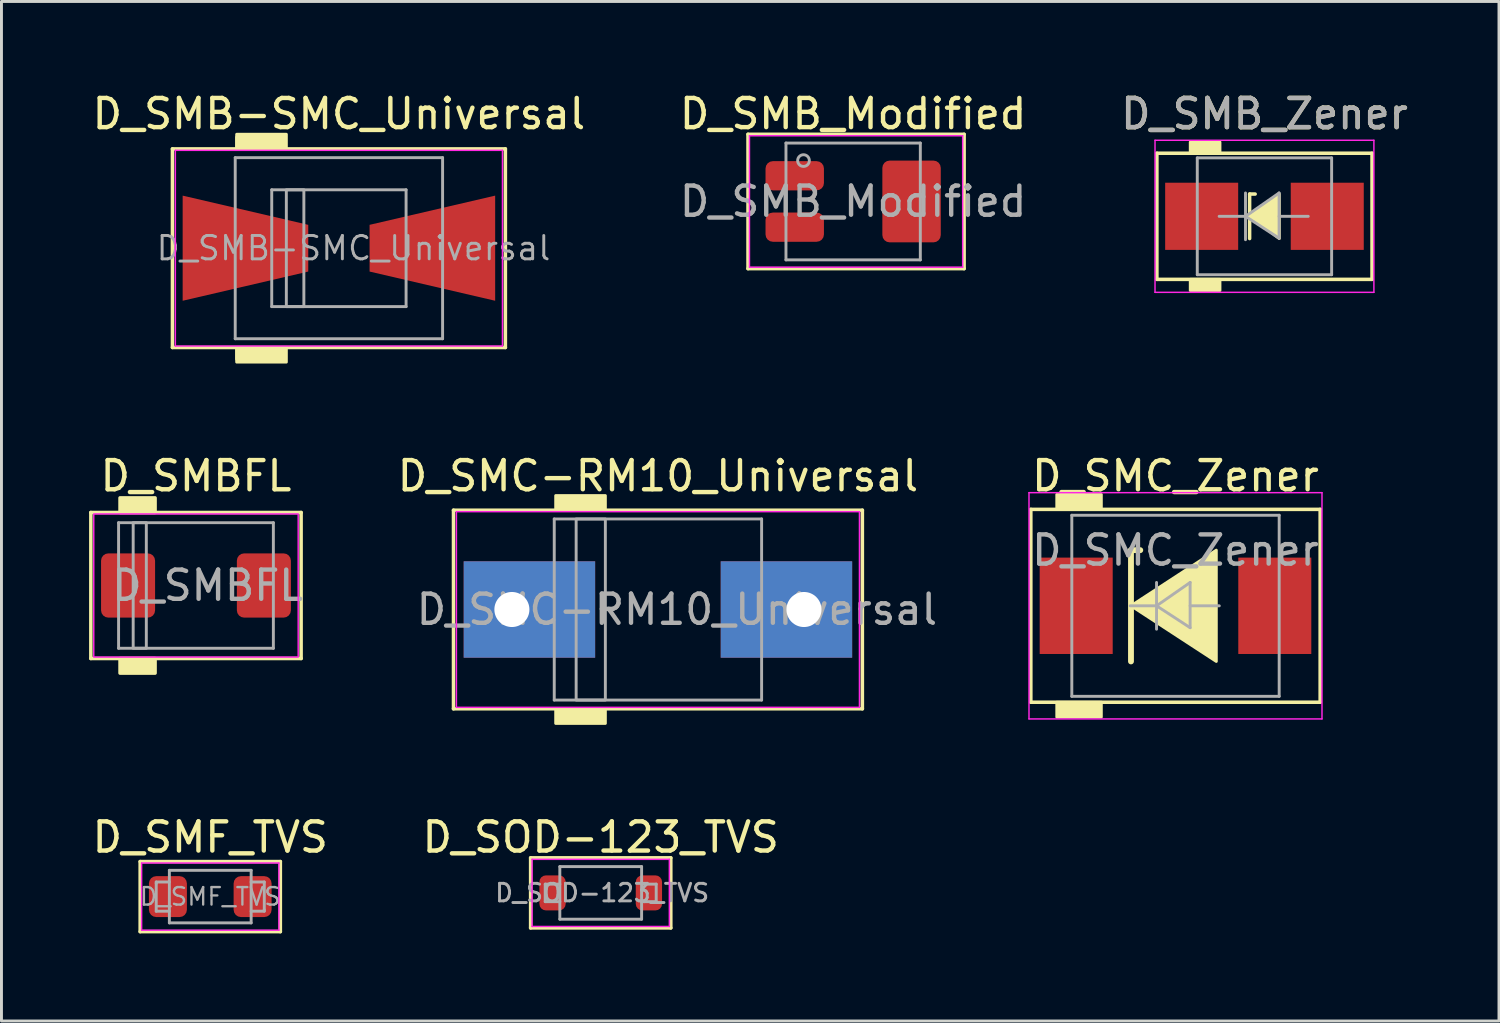
<source format=kicad_pcb>
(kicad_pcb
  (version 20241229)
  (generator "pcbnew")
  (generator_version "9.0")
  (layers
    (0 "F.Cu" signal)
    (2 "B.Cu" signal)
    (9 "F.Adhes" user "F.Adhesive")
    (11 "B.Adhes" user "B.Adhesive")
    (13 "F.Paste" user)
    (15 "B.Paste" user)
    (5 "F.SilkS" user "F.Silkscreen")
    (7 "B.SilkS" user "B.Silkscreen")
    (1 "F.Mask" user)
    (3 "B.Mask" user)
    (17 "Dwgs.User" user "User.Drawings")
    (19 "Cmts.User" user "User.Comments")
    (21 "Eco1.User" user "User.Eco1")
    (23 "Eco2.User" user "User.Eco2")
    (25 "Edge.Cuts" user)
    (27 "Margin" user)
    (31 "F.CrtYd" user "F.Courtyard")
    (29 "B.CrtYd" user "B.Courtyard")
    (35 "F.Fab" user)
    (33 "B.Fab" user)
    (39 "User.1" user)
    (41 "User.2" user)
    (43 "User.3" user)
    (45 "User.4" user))
  (footprint "D_SMC-RM10_Universal"
    (layer "F.Cu")
    (at 19.477 17.819)
    (property "Reference" "D_SMC-RM10_Universal" (at 0 -4.572 0) (layer "F.SilkS") (effects (font (size 1 1) (thickness 0.15))))
    (attr through_hole)
    (fp_line (start -7 -3.4) (end -7 3.4) (stroke (width 0.12) (type solid)) (layer "F.SilkS"))
    (fp_line (start -7 3.4) (end 7 3.4) (stroke (width 0.12) (type solid)) (layer "F.SilkS"))
    (fp_line (start 7 -3.4) (end -7 -3.4) (stroke (width 0.12) (type solid)) (layer "F.SilkS"))
    (fp_line (start 7 3.4) (end 7 -3.4) (stroke (width 0.12) (type solid)) (layer "F.SilkS"))
    (fp_poly (pts (xy -1.8 -3.4) (xy -3.5 -3.4) (xy -3.5 -3.9) (xy -1.8 -3.9)) (stroke (width 0.1) (type solid)) (fill yes) (layer "F.SilkS"))
    (fp_poly (pts (xy -1.8 3.9) (xy -3.5 3.9) (xy -3.5 3.4) (xy -1.8 3.4)) (stroke (width 0.1) (type solid)) (fill yes) (layer "F.SilkS"))
    (fp_line (start -6.9 -3.35) (end 6.9 -3.35) (stroke (width 0.05) (type solid)) (layer "F.CrtYd"))
    (fp_line (start -6.9 3.35) (end -6.9 -3.35) (stroke (width 0.05) (type solid)) (layer "F.CrtYd"))
    (fp_line (start 6.9 -3.35) (end 6.9 3.35) (stroke (width 0.05) (type solid)) (layer "F.CrtYd"))
    (fp_line (start 6.9 3.35) (end -6.9 3.35) (stroke (width 0.05) (type solid)) (layer "F.CrtYd"))
    (fp_line (start -3.55 3.1) (end -3.55 -3.1) (stroke (width 0.1) (type solid)) (layer "F.Fab"))
    (fp_line (start 3.55 -3.1) (end -3.55 -3.1) (stroke (width 0.1) (type solid)) (layer "F.Fab"))
    (fp_line (start 3.55 -3.1) (end 3.55 3.1) (stroke (width 0.1) (type solid)) (layer "F.Fab"))
    (fp_line (start 3.55 3.1) (end -3.55 3.1) (stroke (width 0.1) (type solid)) (layer "F.Fab"))
    (fp_rect (start -2.8 -3.1) (end -1.8 3.1) (stroke (width 0.1) (type solid)) (fill no) (layer "F.Fab"))
    (fp_text user "${REFERENCE}" (at 0.65 0 0) (layer "F.Fab") (effects (font (size 1 1) (thickness 0.15))))
    (pad "1" thru_hole rect (at -5 0) (size 4.5 3.3) (drill 1.2 (offset 0.6 0)) (layers "*.Cu" "*.Mask"))
    (pad "2" thru_hole rect (at 5 0 180) (size 4.5 3.3) (drill 1.2 (offset 0.6 0)) (layers "*.Cu" "*.Mask")))
  (footprint "D_SMBFL"
    (layer "F.Cu")
    (at 3.66 16.997)
    (property "Reference" "D_SMBFL" (at 0 -3.75 0) (unlocked yes) (layer "F.SilkS") (effects (font (size 1 1) (thickness 0.15))))
    (fp_line (start -3.6 -2.5) (end -3.6 2.5) (stroke (width 0.12) (type solid)) (layer "F.SilkS"))
    (fp_line (start -3.6 2.5) (end 3.6 2.5) (stroke (width 0.12) (type solid)) (layer "F.SilkS"))
    (fp_line (start 3.6 -2.5) (end -3.6 -2.5) (stroke (width 0.12) (type solid)) (layer "F.SilkS"))
    (fp_line (start 3.6 2.5) (end 3.6 -2.5) (stroke (width 0.12) (type solid)) (layer "F.SilkS"))
    (fp_rect (start -2.6 -2.5) (end -1.4 -3) (stroke (width 0.12) (type solid)) (fill yes) (layer "F.SilkS"))
    (fp_rect (start -2.6 3) (end -1.4 2.5) (stroke (width 0.12) (type solid)) (fill yes) (layer "F.SilkS"))
    (fp_rect (start -3.5 -2.45) (end 3.5 2.45) (stroke (width 0.05) (type solid)) (fill no) (layer "F.CrtYd"))
    (fp_line (start -2.65 -2.15) (end -2.65 2.15) (stroke (width 0.1) (type solid)) (layer "F.Fab"))
    (fp_line (start -2.65 2.15) (end 2.65 2.15) (stroke (width 0.1) (type solid)) (layer "F.Fab"))
    (fp_line (start 2.65 -2.15) (end -2.65 -2.15) (stroke (width 0.1) (type solid)) (layer "F.Fab"))
    (fp_line (start 2.65 2.15) (end 2.65 -2.15) (stroke (width 0.1) (type solid)) (layer "F.Fab"))
    (fp_rect (start -2.15 -2.15) (end -1.7 2.15) (stroke (width 0.1) (type solid)) (fill no) (layer "F.Fab"))
    (fp_text user "${REFERENCE}" (at 0.4 0 0) (layer "F.Fab") (effects (font (size 1 1) (thickness 0.15))))
    (pad "1" smd roundrect (at -2.325 0) (size 1.85 2.2) (layers "F.Cu" "F.Mask" "F.Paste") (roundrect_rratio 0.135))
    (pad "2" smd roundrect (at 2.325 0) (size 1.85 2.2) (layers "F.Cu" "F.Mask" "F.Paste") (roundrect_rratio 0.135)))
  (footprint "D_SMB_Zener"
    (layer "F.Cu")
    (at 40.244 4.356)
    (property "Reference" "D_SMB_Zener" (at 0 -3.508 0) (layer "F.SilkS") (effects (font (size 1 1) (thickness 0.15))))
    (attr smd)
    (fp_line (start -3.683 -2.159) (end -3.683 2.159) (stroke (width 0.12) (type solid)) (layer "F.SilkS"))
    (fp_line (start -3.683 2.159) (end 3.683 2.159) (stroke (width 0.12) (type solid)) (layer "F.SilkS"))
    (fp_line (start -0.508 -0.762) (end -0.508 0.762) (stroke (width 0.12) (type solid)) (layer "F.SilkS"))
    (fp_line (start -0.508 -0.762) (end -0.318 -0.762) (stroke (width 0.12) (type solid)) (layer "F.SilkS"))
    (fp_line (start 3.683 -2.159) (end -3.683 -2.159) (stroke (width 0.12) (type solid)) (layer "F.SilkS"))
    (fp_line (start 3.683 2.159) (end 3.683 -2.159) (stroke (width 0.12) (type solid)) (layer "F.SilkS"))
    (fp_poly (pts (xy 0.508 0.762) (xy -0.508 0) (xy 0.508 -0.762)) (stroke (width 0.1) (type solid)) (fill yes) (layer "F.SilkS"))
    (fp_poly (pts (xy -1.524 -2.159) (xy -2.54 -2.159) (xy -2.54 -2.54) (xy -1.524 -2.54)) (stroke (width 0.1) (type solid)) (fill yes) (layer "F.SilkS"))
    (fp_poly (pts (xy -1.524 2.54) (xy -2.54 2.54) (xy -2.54 2.159) (xy -1.524 2.159)) (stroke (width 0.1) (type solid)) (fill yes) (layer "F.SilkS"))
    (fp_line (start -3.747 -2.603) (end 3.747 -2.603) (stroke (width 0.05) (type solid)) (layer "F.CrtYd"))
    (fp_line (start -3.747 2.603) (end -3.747 -2.603) (stroke (width 0.05) (type solid)) (layer "F.CrtYd"))
    (fp_line (start 3.747 -2.603) (end 3.747 2.603) (stroke (width 0.05) (type solid)) (layer "F.CrtYd"))
    (fp_line (start 3.747 2.603) (end -3.747 2.603) (stroke (width 0.05) (type solid)) (layer "F.CrtYd"))
    (fp_line (start -2.3 2) (end -2.3 -2) (stroke (width 0.1) (type solid)) (layer "F.Fab"))
    (fp_line (start -0.649 -0.799) (end -0.649 0.801) (stroke (width 0.1) (type solid)) (layer "F.Fab"))
    (fp_line (start -0.649 0.001) (end -1.551 0.001) (stroke (width 0.1) (type solid)) (layer "F.Fab"))
    (fp_line (start -0.649 0.001) (end 0.501 -0.799) (stroke (width 0.1) (type solid)) (layer "F.Fab"))
    (fp_line (start -0.649 0.001) (end 0.501 0.75) (stroke (width 0.1) (type solid)) (layer "F.Fab"))
    (fp_line (start 0.501 0.001) (end 1.499 0.001) (stroke (width 0.1) (type solid)) (layer "F.Fab"))
    (fp_line (start 0.501 0.75) (end 0.501 -0.799) (stroke (width 0.1) (type solid)) (layer "F.Fab"))
    (fp_line (start 2.3 -2) (end -2.3 -2) (stroke (width 0.1) (type solid)) (layer "F.Fab"))
    (fp_line (start 2.3 -2) (end 2.3 2) (stroke (width 0.1) (type solid)) (layer "F.Fab"))
    (fp_line (start 2.3 2) (end -2.3 2) (stroke (width 0.1) (type solid)) (layer "F.Fab"))
    (fp_text user "${REFERENCE}" (at 0 -3.508 0) (layer "F.Fab") (effects (font (size 1 1) (thickness 0.15))))
    (pad "1" smd rect (at -2.15 0) (size 2.5 2.3) (layers "F.Cu" "F.Mask" "F.Paste"))
    (pad "2" smd rect (at 2.15 0) (size 2.5 2.3) (layers "F.Cu" "F.Mask" "F.Paste")))
  (footprint "D_SMB-SMC_Universal"
    (layer "F.Cu")
    (at 8.554 5.448)
    (property "Reference" "D_SMB-SMC_Universal" (at 0 -4.6 0) (layer "F.SilkS") (effects (font (size 1 1) (thickness 0.15))))
    (attr smd)
    (fp_line (start -5.7 -3.4) (end -5.7 3.4) (stroke (width 0.12) (type solid)) (layer "F.SilkS"))
    (fp_line (start -5.7 3.4) (end 5.7 3.4) (stroke (width 0.12) (type solid)) (layer "F.SilkS"))
    (fp_line (start 5.7 -3.4) (end -5.7 -3.4) (stroke (width 0.12) (type solid)) (layer "F.SilkS"))
    (fp_line (start 5.7 3.4) (end 5.7 -3.4) (stroke (width 0.12) (type solid)) (layer "F.SilkS"))
    (fp_poly (pts (xy -2.4 -3.4) (xy -3.5 -3.4) (xy -3.5 -3.8) (xy -2.4 -3.8)) (stroke (width 0.1) (type solid)) (fill yes) (layer "F.SilkS"))
    (fp_poly (pts (xy -2.4 3.8) (xy -3.5 3.8) (xy -3.5 3.4) (xy -2.4 3.4)) (stroke (width 0.1) (type solid)) (fill yes) (layer "F.SilkS"))
    (fp_poly (pts (xy -1.8 -3.4) (xy -3.5 -3.4) (xy -3.5 -3.9) (xy -1.8 -3.9)) (stroke (width 0.1) (type solid)) (fill yes) (layer "F.SilkS"))
    (fp_poly (pts (xy -1.8 3.9) (xy -3.5 3.9) (xy -3.5 3.4) (xy -1.8 3.4)) (stroke (width 0.1) (type solid)) (fill yes) (layer "F.SilkS"))
    (fp_line (start -5.6 -3.35) (end 5.6 -3.35) (stroke (width 0.05) (type solid)) (layer "F.CrtYd"))
    (fp_line (start -5.6 3.35) (end -5.6 -3.35) (stroke (width 0.05) (type solid)) (layer "F.CrtYd"))
    (fp_line (start 5.6 -3.35) (end 5.6 3.35) (stroke (width 0.05) (type solid)) (layer "F.CrtYd"))
    (fp_line (start 5.6 3.35) (end -5.6 3.35) (stroke (width 0.05) (type solid)) (layer "F.CrtYd"))
    (fp_line (start -3.55 3.1) (end -3.55 -3.1) (stroke (width 0.1) (type solid)) (layer "F.Fab"))
    (fp_line (start -2.3 2) (end -2.3 -2) (stroke (width 0.1) (type solid)) (layer "F.Fab"))
    (fp_line (start 2.3 -2) (end -2.3 -2) (stroke (width 0.1) (type solid)) (layer "F.Fab"))
    (fp_line (start 2.3 -2) (end 2.3 2) (stroke (width 0.1) (type solid)) (layer "F.Fab"))
    (fp_line (start 2.3 2) (end -2.3 2) (stroke (width 0.1) (type solid)) (layer "F.Fab"))
    (fp_line (start 3.55 -3.1) (end -3.55 -3.1) (stroke (width 0.1) (type solid)) (layer "F.Fab"))
    (fp_line (start 3.55 -3.1) (end 3.55 3.1) (stroke (width 0.1) (type solid)) (layer "F.Fab"))
    (fp_line (start 3.55 3.1) (end -3.55 3.1) (stroke (width 0.1) (type solid)) (layer "F.Fab"))
    (fp_rect (start -1.8 -2) (end -1.2 2) (stroke (width 0.1) (type solid)) (fill no) (layer "F.Fab"))
    (fp_text user "${REFERENCE}" (at 0.5 0 0) (layer "F.Fab") (effects (font (size 0.8 0.8) (thickness 0.1))))
    (pad "1" smd trapezoid (at -3.2 0) (size 4.3 2.6) (rect_delta 1 0) (layers "F.Cu" "F.Mask" "F.Paste"))
    (pad "2" smd trapezoid (at 3.2 0 180) (size 4.3 2.6) (rect_delta 1 0) (layers "F.Cu" "F.Mask" "F.Paste")))
  (footprint "D_SMF_TVS"
    (layer "F.Cu")
    (at 4.149 27.649)
    (property "Reference" "D_SMF_TVS" (at 0 -2.032 0) (layer "F.SilkS") (effects (font (size 1 1) (thickness 0.15))))
    (attr smd)
    (fp_line (start -2.4 -1.2) (end -2.4 1.2) (stroke (width 0.12) (type solid)) (layer "F.SilkS"))
    (fp_line (start -2.4 1.2) (end 2.4 1.2) (stroke (width 0.12) (type solid)) (layer "F.SilkS"))
    (fp_line (start 2.4 -1.2) (end -2.4 -1.2) (stroke (width 0.12) (type solid)) (layer "F.SilkS"))
    (fp_line (start 2.4 1.2) (end 2.4 -1.2) (stroke (width 0.12) (type solid)) (layer "F.SilkS"))
    (fp_line (start -2.35 -1.15) (end 2.35 -1.15) (stroke (width 0.05) (type solid)) (layer "F.CrtYd"))
    (fp_line (start -2.35 1.15) (end -2.35 -1.15) (stroke (width 0.05) (type solid)) (layer "F.CrtYd"))
    (fp_line (start 2.35 -1.15) (end 2.35 1.15) (stroke (width 0.05) (type solid)) (layer "F.CrtYd"))
    (fp_line (start 2.35 1.15) (end -2.35 1.15) (stroke (width 0.05) (type solid)) (layer "F.CrtYd"))
    (fp_line (start -1.85 -0.5) (end -1.4 -0.5) (stroke (width 0.1) (type solid)) (layer "F.Fab"))
    (fp_line (start -1.85 -0.45) (end -1.85 -0.5) (stroke (width 0.1) (type solid)) (layer "F.Fab"))
    (fp_line (start -1.85 0.5) (end -1.85 -0.45) (stroke (width 0.1) (type solid)) (layer "F.Fab"))
    (fp_line (start -1.85 0.5) (end -1.4 0.5) (stroke (width 0.1) (type solid)) (layer "F.Fab"))
    (fp_line (start -1.4 0.9) (end -1.4 -0.9) (stroke (width 0.1) (type solid)) (layer "F.Fab"))
    (fp_line (start 1.4 -0.9) (end -1.4 -0.9) (stroke (width 0.1) (type solid)) (layer "F.Fab"))
    (fp_line (start 1.4 -0.9) (end 1.4 0.9) (stroke (width 0.1) (type solid)) (layer "F.Fab"))
    (fp_line (start 1.4 0.9) (end -1.4 0.9) (stroke (width 0.1) (type solid)) (layer "F.Fab"))
    (fp_line (start 1.85 -0.5) (end 1.4 -0.5) (stroke (width 0.1) (type solid)) (layer "F.Fab"))
    (fp_line (start 1.85 -0.5) (end 1.85 0.45) (stroke (width 0.1) (type solid)) (layer "F.Fab"))
    (fp_line (start 1.85 0.45) (end 1.85 0.5) (stroke (width 0.1) (type solid)) (layer "F.Fab"))
    (fp_line (start 1.85 0.5) (end 1.4 0.5) (stroke (width 0.1) (type solid)) (layer "F.Fab"))
    (fp_text user "${REFERENCE}" (at 0 0 0) (layer "F.Fab") (effects (font (size 0.6 0.6) (thickness 0.08))))
    (pad "1" smd roundrect (at -1.45 0) (size 1.3 1.4) (layers "F.Cu" "F.Mask" "F.Paste") (roundrect_rratio 0.192))
    (pad "2" smd roundrect (at 1.45 0) (size 1.3 1.4) (layers "F.Cu" "F.Mask" "F.Paste") (roundrect_rratio 0.192)))
  (footprint "D_SMC_Zener"
    (layer "F.Cu")
    (at 37.198 17.692)
    (property "Reference" "D_SMC_Zener" (at 0 -4.445 0) (layer "F.SilkS") (effects (font (size 1 1) (thickness 0.15))))
    (attr smd)
    (fp_line (start -4.953 -3.302) (end 4.953 -3.302) (stroke (width 0.12) (type solid)) (layer "F.SilkS"))
    (fp_line (start -4.953 3.302) (end -4.953 -3.302) (stroke (width 0.12) (type solid)) (layer "F.SilkS"))
    (fp_line (start -1.524 -1.905) (end -1.524 1.905) (stroke (width 0.2) (type solid)) (layer "F.SilkS"))
    (fp_line (start -1.524 -1.905) (end -1.206 -1.905) (stroke (width 0.2) (type solid)) (layer "F.SilkS"))
    (fp_line (start 4.953 -3.302) (end 4.953 3.302) (stroke (width 0.12) (type solid)) (layer "F.SilkS"))
    (fp_line (start 4.953 3.302) (end -4.953 3.302) (stroke (width 0.12) (type solid)) (layer "F.SilkS"))
    (fp_poly (pts (xy 1.397 1.905) (xy -1.524 0) (xy 1.397 -1.905)) (stroke (width 0.1) (type solid)) (fill yes) (layer "F.SilkS"))
    (fp_poly (pts (xy -2.54 -3.302) (xy -4.064 -3.302) (xy -4.064 -3.81) (xy -2.54 -3.81)) (stroke (width 0.1) (type solid)) (fill yes) (layer "F.SilkS"))
    (fp_poly (pts (xy -2.54 3.81) (xy -4.064 3.81) (xy -4.064 3.302) (xy -2.54 3.302)) (stroke (width 0.1) (type solid)) (fill yes) (layer "F.SilkS"))
    (fp_line (start -5.016 -3.873) (end 5.016 -3.873) (stroke (width 0.05) (type solid)) (layer "F.CrtYd"))
    (fp_line (start -5.016 3.873) (end -5.016 -3.873) (stroke (width 0.05) (type solid)) (layer "F.CrtYd"))
    (fp_line (start 5.016 -3.873) (end 5.016 3.873) (stroke (width 0.05) (type solid)) (layer "F.CrtYd"))
    (fp_line (start 5.016 3.873) (end -5.016 3.873) (stroke (width 0.05) (type solid)) (layer "F.CrtYd"))
    (fp_line (start -3.55 3.1) (end -3.55 -3.1) (stroke (width 0.1) (type solid)) (layer "F.Fab"))
    (fp_line (start -0.649 -0.799) (end -0.649 0.801) (stroke (width 0.1) (type solid)) (layer "F.Fab"))
    (fp_line (start -0.649 0.001) (end -1.551 0.001) (stroke (width 0.1) (type solid)) (layer "F.Fab"))
    (fp_line (start -0.649 0.001) (end 0.501 -0.799) (stroke (width 0.1) (type solid)) (layer "F.Fab"))
    (fp_line (start -0.649 0.001) (end 0.501 0.75) (stroke (width 0.1) (type solid)) (layer "F.Fab"))
    (fp_line (start 0.501 0.001) (end 1.499 0.001) (stroke (width 0.1) (type solid)) (layer "F.Fab"))
    (fp_line (start 0.501 0.75) (end 0.501 -0.799) (stroke (width 0.1) (type solid)) (layer "F.Fab"))
    (fp_line (start 3.55 -3.1) (end -3.55 -3.1) (stroke (width 0.1) (type solid)) (layer "F.Fab"))
    (fp_line (start 3.55 -3.1) (end 3.55 3.1) (stroke (width 0.1) (type solid)) (layer "F.Fab"))
    (fp_line (start 3.55 3.1) (end -3.55 3.1) (stroke (width 0.1) (type solid)) (layer "F.Fab"))
    (fp_text user "${REFERENCE}" (at 0 -1.9 0) (layer "F.Fab") (effects (font (size 1 1) (thickness 0.15))))
    (pad "1" smd rect (at -3.4 0 90) (size 3.3 2.5) (layers "F.Cu" "F.Mask" "F.Paste"))
    (pad "2" smd rect (at 3.4 0 90) (size 3.3 2.5) (layers "F.Cu" "F.Mask" "F.Paste")))
  (footprint "D_SMB_Modified"
    (layer "F.Cu")
    (at 26.161 3.848)
    (property "Reference" "D_SMB_Modified" (at 0 -3 0) (layer "F.SilkS") (effects (font (size 1 1) (thickness 0.15))))
    (attr smd)
    (fp_line (start -3.6 -2.3) (end -3.6 2.3) (stroke (width 0.12) (type solid)) (layer "F.SilkS"))
    (fp_line (start -3.6 2.3) (end 3.8 2.3) (stroke (width 0.12) (type solid)) (layer "F.SilkS"))
    (fp_line (start 3.8 -2.3) (end -3.6 -2.3) (stroke (width 0.12) (type solid)) (layer "F.SilkS"))
    (fp_line (start 3.8 2.3) (end 3.8 -2.3) (stroke (width 0.12) (type solid)) (layer "F.SilkS"))
    (fp_line (start -3.55 -2.25) (end 3.75 -2.25) (stroke (width 0.05) (type solid)) (layer "F.CrtYd"))
    (fp_line (start -3.55 2.25) (end -3.55 -2.25) (stroke (width 0.05) (type solid)) (layer "F.CrtYd"))
    (fp_line (start 3.75 -2.25) (end 3.75 2.25) (stroke (width 0.05) (type solid)) (layer "F.CrtYd"))
    (fp_line (start 3.75 2.25) (end -3.55 2.25) (stroke (width 0.05) (type solid)) (layer "F.CrtYd"))
    (fp_line (start -2.3 2) (end -2.3 -2) (stroke (width 0.1) (type solid)) (layer "F.Fab"))
    (fp_line (start 2.3 -2) (end -2.3 -2) (stroke (width 0.1) (type solid)) (layer "F.Fab"))
    (fp_line (start 2.3 -2) (end 2.3 2) (stroke (width 0.1) (type solid)) (layer "F.Fab"))
    (fp_line (start 2.3 2) (end -2.3 2) (stroke (width 0.1) (type solid)) (layer "F.Fab"))
    (fp_circle (center -1.7 -1.4) (end -1.5 -1.4) (stroke (width 0.1) (type solid)) (fill no) (layer "F.Fab"))
    (fp_text user "${REFERENCE}" (at 0 0 0) (layer "F.Fab") (effects (font (size 1 1) (thickness 0.15))))
    (pad "1" smd roundrect (at -2 -0.88) (size 2 1) (layers "F.Cu" "F.Mask" "F.Paste") (roundrect_rratio 0.25))
    (pad "2" smd roundrect (at 2 0) (size 2 2.8) (layers "F.Cu" "F.Mask" "F.Paste") (roundrect_rratio 0.125))
    (pad "3" smd roundrect (at -2 0.88) (size 2 1) (layers "F.Cu" "F.Mask" "F.Paste") (roundrect_rratio 0.25)))
  (footprint "D_SOD-123_TVS"
    (layer "F.Cu")
    (at 17.518 27.522)
    (property "Reference" "D_SOD-123_TVS" (at 0 -1.905 0) (layer "F.SilkS") (effects (font (size 1 1) (thickness 0.15))))
    (attr smd)
    (fp_line (start -2.4 -1.2) (end -2.4 1.2) (stroke (width 0.12) (type solid)) (layer "F.SilkS"))
    (fp_line (start -2.4 1.2) (end 2.4 1.2) (stroke (width 0.12) (type solid)) (layer "F.SilkS"))
    (fp_line (start 2.4 -1.2) (end -2.4 -1.2) (stroke (width 0.12) (type solid)) (layer "F.SilkS"))
    (fp_line (start 2.4 1.2) (end 2.4 -1.2) (stroke (width 0.12) (type solid)) (layer "F.SilkS"))
    (fp_line (start -2.35 -1.15) (end -2.35 1.15) (stroke (width 0.05) (type solid)) (layer "F.CrtYd"))
    (fp_line (start -2.35 -1.15) (end 2.35 -1.15) (stroke (width 0.05) (type solid)) (layer "F.CrtYd"))
    (fp_line (start 2.35 -1.15) (end 2.35 1.15) (stroke (width 0.05) (type solid)) (layer "F.CrtYd"))
    (fp_line (start 2.35 1.15) (end -2.35 1.15) (stroke (width 0.05) (type solid)) (layer "F.CrtYd"))
    (fp_line (start -1.9 -0.3) (end -1.9 0.3) (stroke (width 0.1) (type solid)) (layer "F.Fab"))
    (fp_line (start -1.9 0.3) (end -1.4 0.3) (stroke (width 0.1) (type solid)) (layer "F.Fab"))
    (fp_line (start -1.4 -0.9) (end 1.4 -0.9) (stroke (width 0.1) (type solid)) (layer "F.Fab"))
    (fp_line (start -1.4 -0.3) (end -1.9 -0.3) (stroke (width 0.1) (type solid)) (layer "F.Fab"))
    (fp_line (start -1.4 0.9) (end -1.4 -0.9) (stroke (width 0.1) (type solid)) (layer "F.Fab"))
    (fp_line (start 1.4 -0.9) (end 1.4 0.9) (stroke (width 0.1) (type solid)) (layer "F.Fab"))
    (fp_line (start 1.4 -0.3) (end 1.9 -0.3) (stroke (width 0.1) (type solid)) (layer "F.Fab"))
    (fp_line (start 1.4 0.9) (end -1.4 0.9) (stroke (width 0.1) (type solid)) (layer "F.Fab"))
    (fp_line (start 1.5 0.3) (end 1.4 0.3) (stroke (width 0.1) (type solid)) (layer "F.Fab"))
    (fp_line (start 1.9 -0.3) (end 1.9 0.3) (stroke (width 0.1) (type solid)) (layer "F.Fab"))
    (fp_line (start 1.9 0.3) (end 1.5 0.3) (stroke (width 0.1) (type solid)) (layer "F.Fab"))
    (fp_text user "${REFERENCE}" (at 0.05 0 0) (layer "F.Fab") (effects (font (size 0.6 0.6) (thickness 0.1))))
    (pad "1" smd roundrect (at -1.65 0) (size 0.9 1.2) (layers "F.Cu" "F.Mask" "F.Paste") (roundrect_rratio 0.25))
    (pad "2" smd roundrect (at 1.65 0) (size 0.9 1.2) (layers "F.Cu" "F.Mask" "F.Paste") (roundrect_rratio 0.25)))
  (gr_rect
    (start -3 -3)
    (end 48.274 31.909)
    (stroke (width 0.1) (type default))
    (fill no)
    (layer "Edge.Cuts")))
</source>
